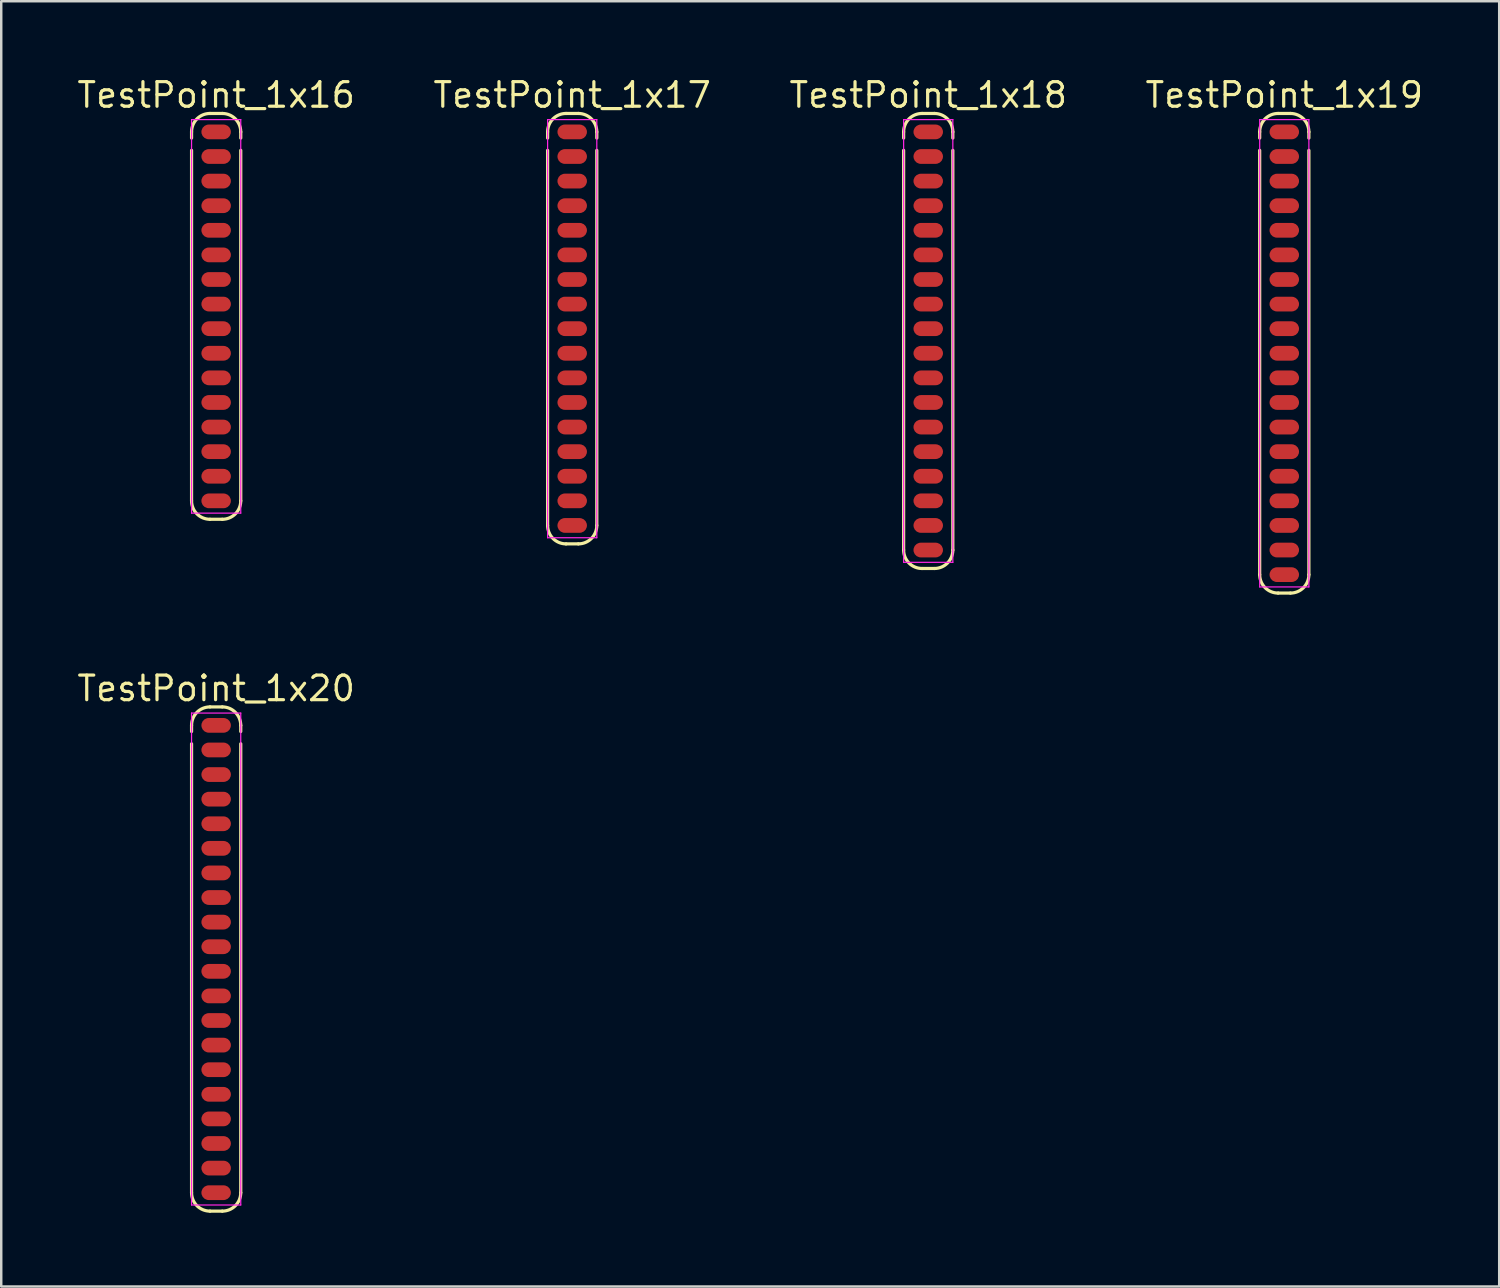
<source format=kicad_pcb>
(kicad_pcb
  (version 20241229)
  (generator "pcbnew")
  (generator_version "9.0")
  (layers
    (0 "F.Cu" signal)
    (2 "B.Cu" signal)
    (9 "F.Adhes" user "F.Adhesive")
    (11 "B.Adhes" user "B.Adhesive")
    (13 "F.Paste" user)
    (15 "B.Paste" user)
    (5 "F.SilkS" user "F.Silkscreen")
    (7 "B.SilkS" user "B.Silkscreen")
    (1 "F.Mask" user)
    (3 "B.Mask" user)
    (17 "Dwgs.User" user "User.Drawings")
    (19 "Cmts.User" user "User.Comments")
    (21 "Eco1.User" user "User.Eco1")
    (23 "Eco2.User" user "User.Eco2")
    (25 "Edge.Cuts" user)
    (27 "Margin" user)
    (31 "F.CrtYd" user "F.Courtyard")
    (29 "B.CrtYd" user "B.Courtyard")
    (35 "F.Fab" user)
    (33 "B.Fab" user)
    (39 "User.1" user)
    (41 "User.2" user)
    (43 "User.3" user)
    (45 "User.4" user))
  (footprint "TestPoint_1x17"
    (layer "F.Cu")
    (at 20.214 2.313)
    (property "Reference" "TestPoint_1x17" (at 0 -1.5 0) (layer "F.SilkS") (effects (font (size 1 1) (thickness 0.13))))
    (attr smd)
    (fp_line (start -1 0.25) (end -1 0) (stroke (width 0.13) (type solid)) (layer "F.SilkS"))
    (fp_line (start -1 16) (end -1 0.75) (stroke (width 0.13) (type solid)) (layer "F.SilkS"))
    (fp_line (start -0.25 -0.75) (end 0.25 -0.75) (stroke (width 0.13) (type solid)) (layer "F.SilkS"))
    (fp_line (start 0.25 16.75) (end -0.25 16.75) (stroke (width 0.13) (type solid)) (layer "F.SilkS"))
    (fp_line (start 1 0.25) (end 1 0) (stroke (width 0.13) (type solid)) (layer "F.SilkS"))
    (fp_line (start 1 0.75) (end 1 16) (stroke (width 0.13) (type solid)) (layer "F.SilkS"))
    (fp_arc (start -1 0) (mid -0.78033 -0.53033) (end -0.25 -0.75) (stroke (width 0.13) (type solid)) (layer "F.SilkS"))
    (fp_arc (start -0.25 16.75) (mid -0.78033 16.53033) (end -1 16) (stroke (width 0.13) (type solid)) (layer "F.SilkS"))
    (fp_arc (start 0.25 -0.75) (mid 0.78033 -0.53033) (end 1 0) (stroke (width 0.13) (type solid)) (layer "F.SilkS"))
    (fp_arc (start 1 16) (mid 0.78033 16.53033) (end 0.25 16.75) (stroke (width 0.13) (type solid)) (layer "F.SilkS"))
    (fp_line (start -1 -0.5) (end 1 -0.5) (stroke (width 0.05) (type solid)) (layer "F.CrtYd"))
    (fp_line (start -1 16.5) (end -1 -0.5) (stroke (width 0.05) (type solid)) (layer "F.CrtYd"))
    (fp_line (start 1 -0.5) (end 1 16.5) (stroke (width 0.05) (type solid)) (layer "F.CrtYd"))
    (fp_line (start 1 16.5) (end -1 16.5) (stroke (width 0.05) (type solid)) (layer "F.CrtYd"))
    (pad "1" smd roundrect (at 0 0) (size 1.2 0.6) (layers "F.Cu" "F.Mask") (roundrect_rratio 0.5))
    (pad "2" smd roundrect (at 0 1) (size 1.2 0.6) (layers "F.Cu" "F.Mask") (roundrect_rratio 0.5))
    (pad "3" smd roundrect (at 0 2) (size 1.2 0.6) (layers "F.Cu" "F.Mask") (roundrect_rratio 0.5))
    (pad "4" smd roundrect (at 0 3) (size 1.2 0.6) (layers "F.Cu" "F.Mask") (roundrect_rratio 0.5))
    (pad "5" smd roundrect (at 0 4) (size 1.2 0.6) (layers "F.Cu" "F.Mask") (roundrect_rratio 0.5))
    (pad "6" smd roundrect (at 0 5) (size 1.2 0.6) (layers "F.Cu" "F.Mask") (roundrect_rratio 0.5))
    (pad "7" smd roundrect (at 0 6) (size 1.2 0.6) (layers "F.Cu" "F.Mask") (roundrect_rratio 0.5))
    (pad "8" smd roundrect (at 0 7) (size 1.2 0.6) (layers "F.Cu" "F.Mask") (roundrect_rratio 0.5))
    (pad "9" smd roundrect (at 0 8) (size 1.2 0.6) (layers "F.Cu" "F.Mask") (roundrect_rratio 0.5))
    (pad "10" smd roundrect (at 0 9) (size 1.2 0.6) (layers "F.Cu" "F.Mask") (roundrect_rratio 0.5))
    (pad "11" smd roundrect (at 0 10) (size 1.2 0.6) (layers "F.Cu" "F.Mask") (roundrect_rratio 0.5))
    (pad "12" smd roundrect (at 0 11) (size 1.2 0.6) (layers "F.Cu" "F.Mask") (roundrect_rratio 0.5))
    (pad "13" smd roundrect (at 0 12) (size 1.2 0.6) (layers "F.Cu" "F.Mask") (roundrect_rratio 0.5))
    (pad "14" smd roundrect (at 0 13) (size 1.2 0.6) (layers "F.Cu" "F.Mask") (roundrect_rratio 0.5))
    (pad "15" smd roundrect (at 0 14) (size 1.2 0.6) (layers "F.Cu" "F.Mask") (roundrect_rratio 0.5))
    (pad "16" smd roundrect (at 0 15) (size 1.2 0.6) (layers "F.Cu" "F.Mask") (roundrect_rratio 0.5))
    (pad "17" smd roundrect (at 0 16) (size 1.2 0.6) (layers "F.Cu" "F.Mask") (roundrect_rratio 0.5)))
  (footprint "TestPoint_1x18"
    (layer "F.Cu")
    (at 34.689 2.313)
    (property "Reference" "TestPoint_1x18" (at 0 -1.5 0) (layer "F.SilkS") (effects (font (size 1 1) (thickness 0.13))))
    (attr smd)
    (fp_line (start -1 0.25) (end -1 0) (stroke (width 0.13) (type solid)) (layer "F.SilkS"))
    (fp_line (start -1 17) (end -1 0.75) (stroke (width 0.13) (type solid)) (layer "F.SilkS"))
    (fp_line (start -0.25 -0.75) (end 0.25 -0.75) (stroke (width 0.13) (type solid)) (layer "F.SilkS"))
    (fp_line (start 0.25 17.75) (end -0.25 17.75) (stroke (width 0.13) (type solid)) (layer "F.SilkS"))
    (fp_line (start 1 0.25) (end 1 0) (stroke (width 0.13) (type solid)) (layer "F.SilkS"))
    (fp_line (start 1 0.75) (end 1 17) (stroke (width 0.13) (type solid)) (layer "F.SilkS"))
    (fp_arc (start -1 0) (mid -0.78033 -0.53033) (end -0.25 -0.75) (stroke (width 0.13) (type solid)) (layer "F.SilkS"))
    (fp_arc (start -0.25 17.75) (mid -0.78033 17.53033) (end -1 17) (stroke (width 0.13) (type solid)) (layer "F.SilkS"))
    (fp_arc (start 0.25 -0.75) (mid 0.78033 -0.53033) (end 1 0) (stroke (width 0.13) (type solid)) (layer "F.SilkS"))
    (fp_arc (start 1 17) (mid 0.78033 17.53033) (end 0.25 17.75) (stroke (width 0.13) (type solid)) (layer "F.SilkS"))
    (fp_line (start -1 -0.5) (end 1 -0.5) (stroke (width 0.05) (type solid)) (layer "F.CrtYd"))
    (fp_line (start -1 17.5) (end -1 -0.5) (stroke (width 0.05) (type solid)) (layer "F.CrtYd"))
    (fp_line (start 1 -0.5) (end 1 17.5) (stroke (width 0.05) (type solid)) (layer "F.CrtYd"))
    (fp_line (start 1 17.5) (end -1 17.5) (stroke (width 0.05) (type solid)) (layer "F.CrtYd"))
    (pad "1" smd roundrect (at 0 0) (size 1.2 0.6) (layers "F.Cu" "F.Mask") (roundrect_rratio 0.5))
    (pad "2" smd roundrect (at 0 1) (size 1.2 0.6) (layers "F.Cu" "F.Mask") (roundrect_rratio 0.5))
    (pad "3" smd roundrect (at 0 2) (size 1.2 0.6) (layers "F.Cu" "F.Mask") (roundrect_rratio 0.5))
    (pad "4" smd roundrect (at 0 3) (size 1.2 0.6) (layers "F.Cu" "F.Mask") (roundrect_rratio 0.5))
    (pad "5" smd roundrect (at 0 4) (size 1.2 0.6) (layers "F.Cu" "F.Mask") (roundrect_rratio 0.5))
    (pad "6" smd roundrect (at 0 5) (size 1.2 0.6) (layers "F.Cu" "F.Mask") (roundrect_rratio 0.5))
    (pad "7" smd roundrect (at 0 6) (size 1.2 0.6) (layers "F.Cu" "F.Mask") (roundrect_rratio 0.5))
    (pad "8" smd roundrect (at 0 7) (size 1.2 0.6) (layers "F.Cu" "F.Mask") (roundrect_rratio 0.5))
    (pad "9" smd roundrect (at 0 8) (size 1.2 0.6) (layers "F.Cu" "F.Mask") (roundrect_rratio 0.5))
    (pad "10" smd roundrect (at 0 9) (size 1.2 0.6) (layers "F.Cu" "F.Mask") (roundrect_rratio 0.5))
    (pad "11" smd roundrect (at 0 10) (size 1.2 0.6) (layers "F.Cu" "F.Mask") (roundrect_rratio 0.5))
    (pad "12" smd roundrect (at 0 11) (size 1.2 0.6) (layers "F.Cu" "F.Mask") (roundrect_rratio 0.5))
    (pad "13" smd roundrect (at 0 12) (size 1.2 0.6) (layers "F.Cu" "F.Mask") (roundrect_rratio 0.5))
    (pad "14" smd roundrect (at 0 13) (size 1.2 0.6) (layers "F.Cu" "F.Mask") (roundrect_rratio 0.5))
    (pad "15" smd roundrect (at 0 14) (size 1.2 0.6) (layers "F.Cu" "F.Mask") (roundrect_rratio 0.5))
    (pad "16" smd roundrect (at 0 15) (size 1.2 0.6) (layers "F.Cu" "F.Mask") (roundrect_rratio 0.5))
    (pad "17" smd roundrect (at 0 16) (size 1.2 0.6) (layers "F.Cu" "F.Mask") (roundrect_rratio 0.5))
    (pad "18" smd roundrect (at 0 17) (size 1.2 0.6) (layers "F.Cu" "F.Mask") (roundrect_rratio 0.5)))
  (footprint "TestPoint_1x19"
    (layer "F.Cu")
    (at 49.165 2.313)
    (property "Reference" "TestPoint_1x19" (at 0 -1.5 0) (layer "F.SilkS") (effects (font (size 1 1) (thickness 0.13))))
    (attr smd)
    (fp_line (start -1 0.25) (end -1 0) (stroke (width 0.13) (type solid)) (layer "F.SilkS"))
    (fp_line (start -1 18) (end -1 0.75) (stroke (width 0.13) (type solid)) (layer "F.SilkS"))
    (fp_line (start -0.25 -0.75) (end 0.25 -0.75) (stroke (width 0.13) (type solid)) (layer "F.SilkS"))
    (fp_line (start 0.25 18.75) (end -0.25 18.75) (stroke (width 0.13) (type solid)) (layer "F.SilkS"))
    (fp_line (start 1 0.25) (end 1 0) (stroke (width 0.13) (type solid)) (layer "F.SilkS"))
    (fp_line (start 1 0.75) (end 1 18) (stroke (width 0.13) (type solid)) (layer "F.SilkS"))
    (fp_arc (start -1 0) (mid -0.78033 -0.53033) (end -0.25 -0.75) (stroke (width 0.13) (type solid)) (layer "F.SilkS"))
    (fp_arc (start -0.25 18.75) (mid -0.78033 18.53033) (end -1 18) (stroke (width 0.13) (type solid)) (layer "F.SilkS"))
    (fp_arc (start 0.25 -0.75) (mid 0.78033 -0.53033) (end 1 0) (stroke (width 0.13) (type solid)) (layer "F.SilkS"))
    (fp_arc (start 1 18) (mid 0.78033 18.53033) (end 0.25 18.75) (stroke (width 0.13) (type solid)) (layer "F.SilkS"))
    (fp_line (start -1 -0.5) (end 1 -0.5) (stroke (width 0.05) (type solid)) (layer "F.CrtYd"))
    (fp_line (start -1 18.5) (end -1 -0.5) (stroke (width 0.05) (type solid)) (layer "F.CrtYd"))
    (fp_line (start 1 -0.5) (end 1 18.5) (stroke (width 0.05) (type solid)) (layer "F.CrtYd"))
    (fp_line (start 1 18.5) (end -1 18.5) (stroke (width 0.05) (type solid)) (layer "F.CrtYd"))
    (pad "1" smd roundrect (at 0 0) (size 1.2 0.6) (layers "F.Cu" "F.Mask") (roundrect_rratio 0.5))
    (pad "2" smd roundrect (at 0 1) (size 1.2 0.6) (layers "F.Cu" "F.Mask") (roundrect_rratio 0.5))
    (pad "3" smd roundrect (at 0 2) (size 1.2 0.6) (layers "F.Cu" "F.Mask") (roundrect_rratio 0.5))
    (pad "4" smd roundrect (at 0 3) (size 1.2 0.6) (layers "F.Cu" "F.Mask") (roundrect_rratio 0.5))
    (pad "5" smd roundrect (at 0 4) (size 1.2 0.6) (layers "F.Cu" "F.Mask") (roundrect_rratio 0.5))
    (pad "6" smd roundrect (at 0 5) (size 1.2 0.6) (layers "F.Cu" "F.Mask") (roundrect_rratio 0.5))
    (pad "7" smd roundrect (at 0 6) (size 1.2 0.6) (layers "F.Cu" "F.Mask") (roundrect_rratio 0.5))
    (pad "8" smd roundrect (at 0 7) (size 1.2 0.6) (layers "F.Cu" "F.Mask") (roundrect_rratio 0.5))
    (pad "9" smd roundrect (at 0 8) (size 1.2 0.6) (layers "F.Cu" "F.Mask") (roundrect_rratio 0.5))
    (pad "10" smd roundrect (at 0 9) (size 1.2 0.6) (layers "F.Cu" "F.Mask") (roundrect_rratio 0.5))
    (pad "11" smd roundrect (at 0 10) (size 1.2 0.6) (layers "F.Cu" "F.Mask") (roundrect_rratio 0.5))
    (pad "12" smd roundrect (at 0 11) (size 1.2 0.6) (layers "F.Cu" "F.Mask") (roundrect_rratio 0.5))
    (pad "13" smd roundrect (at 0 12) (size 1.2 0.6) (layers "F.Cu" "F.Mask") (roundrect_rratio 0.5))
    (pad "14" smd roundrect (at 0 13) (size 1.2 0.6) (layers "F.Cu" "F.Mask") (roundrect_rratio 0.5))
    (pad "15" smd roundrect (at 0 14) (size 1.2 0.6) (layers "F.Cu" "F.Mask") (roundrect_rratio 0.5))
    (pad "16" smd roundrect (at 0 15) (size 1.2 0.6) (layers "F.Cu" "F.Mask") (roundrect_rratio 0.5))
    (pad "17" smd roundrect (at 0 16) (size 1.2 0.6) (layers "F.Cu" "F.Mask") (roundrect_rratio 0.5))
    (pad "18" smd roundrect (at 0 17) (size 1.2 0.6) (layers "F.Cu" "F.Mask") (roundrect_rratio 0.5))
    (pad "19" smd roundrect (at 0 18) (size 1.2 0.6) (layers "F.Cu" "F.Mask") (roundrect_rratio 0.5)))
  (footprint "TestPoint_1x16"
    (layer "F.Cu")
    (at 5.738 2.313)
    (property "Reference" "TestPoint_1x16" (at 0 -1.5 0) (layer "F.SilkS") (effects (font (size 1 1) (thickness 0.13))))
    (attr smd)
    (fp_line (start -1 0.25) (end -1 0) (stroke (width 0.13) (type solid)) (layer "F.SilkS"))
    (fp_line (start -1 15) (end -1 0.75) (stroke (width 0.13) (type solid)) (layer "F.SilkS"))
    (fp_line (start -0.25 -0.75) (end 0.25 -0.75) (stroke (width 0.13) (type solid)) (layer "F.SilkS"))
    (fp_line (start 0.25 15.75) (end -0.25 15.75) (stroke (width 0.13) (type solid)) (layer "F.SilkS"))
    (fp_line (start 1 0.25) (end 1 0) (stroke (width 0.13) (type solid)) (layer "F.SilkS"))
    (fp_line (start 1 0.75) (end 1 15) (stroke (width 0.13) (type solid)) (layer "F.SilkS"))
    (fp_arc (start -1 0) (mid -0.78033 -0.53033) (end -0.25 -0.75) (stroke (width 0.13) (type solid)) (layer "F.SilkS"))
    (fp_arc (start -0.25 15.75) (mid -0.78033 15.53033) (end -1 15) (stroke (width 0.13) (type solid)) (layer "F.SilkS"))
    (fp_arc (start 0.25 -0.75) (mid 0.78033 -0.53033) (end 1 0) (stroke (width 0.13) (type solid)) (layer "F.SilkS"))
    (fp_arc (start 1 15) (mid 0.78033 15.53033) (end 0.25 15.75) (stroke (width 0.13) (type solid)) (layer "F.SilkS"))
    (fp_line (start -1 -0.5) (end 1 -0.5) (stroke (width 0.05) (type solid)) (layer "F.CrtYd"))
    (fp_line (start -1 15.5) (end -1 -0.5) (stroke (width 0.05) (type solid)) (layer "F.CrtYd"))
    (fp_line (start 1 -0.5) (end 1 15.5) (stroke (width 0.05) (type solid)) (layer "F.CrtYd"))
    (fp_line (start 1 15.5) (end -1 15.5) (stroke (width 0.05) (type solid)) (layer "F.CrtYd"))
    (pad "1" smd roundrect (at 0 0) (size 1.2 0.6) (layers "F.Cu" "F.Mask") (roundrect_rratio 0.5))
    (pad "2" smd roundrect (at 0 1) (size 1.2 0.6) (layers "F.Cu" "F.Mask") (roundrect_rratio 0.5))
    (pad "3" smd roundrect (at 0 2) (size 1.2 0.6) (layers "F.Cu" "F.Mask") (roundrect_rratio 0.5))
    (pad "4" smd roundrect (at 0 3) (size 1.2 0.6) (layers "F.Cu" "F.Mask") (roundrect_rratio 0.5))
    (pad "5" smd roundrect (at 0 4) (size 1.2 0.6) (layers "F.Cu" "F.Mask") (roundrect_rratio 0.5))
    (pad "6" smd roundrect (at 0 5) (size 1.2 0.6) (layers "F.Cu" "F.Mask") (roundrect_rratio 0.5))
    (pad "7" smd roundrect (at 0 6) (size 1.2 0.6) (layers "F.Cu" "F.Mask") (roundrect_rratio 0.5))
    (pad "8" smd roundrect (at 0 7) (size 1.2 0.6) (layers "F.Cu" "F.Mask") (roundrect_rratio 0.5))
    (pad "9" smd roundrect (at 0 8) (size 1.2 0.6) (layers "F.Cu" "F.Mask") (roundrect_rratio 0.5))
    (pad "10" smd roundrect (at 0 9) (size 1.2 0.6) (layers "F.Cu" "F.Mask") (roundrect_rratio 0.5))
    (pad "11" smd roundrect (at 0 10) (size 1.2 0.6) (layers "F.Cu" "F.Mask") (roundrect_rratio 0.5))
    (pad "12" smd roundrect (at 0 11) (size 1.2 0.6) (layers "F.Cu" "F.Mask") (roundrect_rratio 0.5))
    (pad "13" smd roundrect (at 0 12) (size 1.2 0.6) (layers "F.Cu" "F.Mask") (roundrect_rratio 0.5))
    (pad "14" smd roundrect (at 0 13) (size 1.2 0.6) (layers "F.Cu" "F.Mask") (roundrect_rratio 0.5))
    (pad "15" smd roundrect (at 0 14) (size 1.2 0.6) (layers "F.Cu" "F.Mask") (roundrect_rratio 0.5))
    (pad "16" smd roundrect (at 0 15) (size 1.2 0.6) (layers "F.Cu" "F.Mask") (roundrect_rratio 0.5)))
  (footprint "TestPoint_1x20"
    (layer "F.Cu")
    (at 5.738 26.441)
    (property "Reference" "TestPoint_1x20" (at 0 -1.5 0) (layer "F.SilkS") (effects (font (size 1 1) (thickness 0.13))))
    (attr smd)
    (fp_line (start -1 0.25) (end -1 0) (stroke (width 0.13) (type solid)) (layer "F.SilkS"))
    (fp_line (start -1 19) (end -1 0.75) (stroke (width 0.13) (type solid)) (layer "F.SilkS"))
    (fp_line (start -0.25 -0.75) (end 0.25 -0.75) (stroke (width 0.13) (type solid)) (layer "F.SilkS"))
    (fp_line (start 0.25 19.75) (end -0.25 19.75) (stroke (width 0.13) (type solid)) (layer "F.SilkS"))
    (fp_line (start 1 0.25) (end 1 0) (stroke (width 0.13) (type solid)) (layer "F.SilkS"))
    (fp_line (start 1 0.75) (end 1 19) (stroke (width 0.13) (type solid)) (layer "F.SilkS"))
    (fp_arc (start -1 0) (mid -0.78033 -0.53033) (end -0.25 -0.75) (stroke (width 0.13) (type solid)) (layer "F.SilkS"))
    (fp_arc (start -0.25 19.75) (mid -0.78033 19.53033) (end -1 19) (stroke (width 0.13) (type solid)) (layer "F.SilkS"))
    (fp_arc (start 0.25 -0.75) (mid 0.78033 -0.53033) (end 1 0) (stroke (width 0.13) (type solid)) (layer "F.SilkS"))
    (fp_arc (start 1 19) (mid 0.78033 19.53033) (end 0.25 19.75) (stroke (width 0.13) (type solid)) (layer "F.SilkS"))
    (fp_line (start -1 -0.5) (end 1 -0.5) (stroke (width 0.05) (type solid)) (layer "F.CrtYd"))
    (fp_line (start -1 19.5) (end -1 -0.5) (stroke (width 0.05) (type solid)) (layer "F.CrtYd"))
    (fp_line (start 1 -0.5) (end 1 19.5) (stroke (width 0.05) (type solid)) (layer "F.CrtYd"))
    (fp_line (start 1 19.5) (end -1 19.5) (stroke (width 0.05) (type solid)) (layer "F.CrtYd"))
    (pad "1" smd roundrect (at 0 0) (size 1.2 0.6) (layers "F.Cu" "F.Mask") (roundrect_rratio 0.5))
    (pad "2" smd roundrect (at 0 1) (size 1.2 0.6) (layers "F.Cu" "F.Mask") (roundrect_rratio 0.5))
    (pad "3" smd roundrect (at 0 2) (size 1.2 0.6) (layers "F.Cu" "F.Mask") (roundrect_rratio 0.5))
    (pad "4" smd roundrect (at 0 3) (size 1.2 0.6) (layers "F.Cu" "F.Mask") (roundrect_rratio 0.5))
    (pad "5" smd roundrect (at 0 4) (size 1.2 0.6) (layers "F.Cu" "F.Mask") (roundrect_rratio 0.5))
    (pad "6" smd roundrect (at 0 5) (size 1.2 0.6) (layers "F.Cu" "F.Mask") (roundrect_rratio 0.5))
    (pad "7" smd roundrect (at 0 6) (size 1.2 0.6) (layers "F.Cu" "F.Mask") (roundrect_rratio 0.5))
    (pad "8" smd roundrect (at 0 7) (size 1.2 0.6) (layers "F.Cu" "F.Mask") (roundrect_rratio 0.5))
    (pad "9" smd roundrect (at 0 8) (size 1.2 0.6) (layers "F.Cu" "F.Mask") (roundrect_rratio 0.5))
    (pad "10" smd roundrect (at 0 9) (size 1.2 0.6) (layers "F.Cu" "F.Mask") (roundrect_rratio 0.5))
    (pad "11" smd roundrect (at 0 10) (size 1.2 0.6) (layers "F.Cu" "F.Mask") (roundrect_rratio 0.5))
    (pad "12" smd roundrect (at 0 11) (size 1.2 0.6) (layers "F.Cu" "F.Mask") (roundrect_rratio 0.5))
    (pad "13" smd roundrect (at 0 12) (size 1.2 0.6) (layers "F.Cu" "F.Mask") (roundrect_rratio 0.5))
    (pad "14" smd roundrect (at 0 13) (size 1.2 0.6) (layers "F.Cu" "F.Mask") (roundrect_rratio 0.5))
    (pad "15" smd roundrect (at 0 14) (size 1.2 0.6) (layers "F.Cu" "F.Mask") (roundrect_rratio 0.5))
    (pad "16" smd roundrect (at 0 15) (size 1.2 0.6) (layers "F.Cu" "F.Mask") (roundrect_rratio 0.5))
    (pad "17" smd roundrect (at 0 16) (size 1.2 0.6) (layers "F.Cu" "F.Mask") (roundrect_rratio 0.5))
    (pad "18" smd roundrect (at 0 17) (size 1.2 0.6) (layers "F.Cu" "F.Mask") (roundrect_rratio 0.5))
    (pad "19" smd roundrect (at 0 18) (size 1.2 0.6) (layers "F.Cu" "F.Mask") (roundrect_rratio 0.5))
    (pad "20" smd roundrect (at 0 19) (size 1.2 0.6) (layers "F.Cu" "F.Mask") (roundrect_rratio 0.5)))
  (gr_rect
    (start -3 -3)
    (end 57.903 49.256)
    (stroke (width 0.1) (type default))
    (fill no)
    (layer "Edge.Cuts")))
</source>
